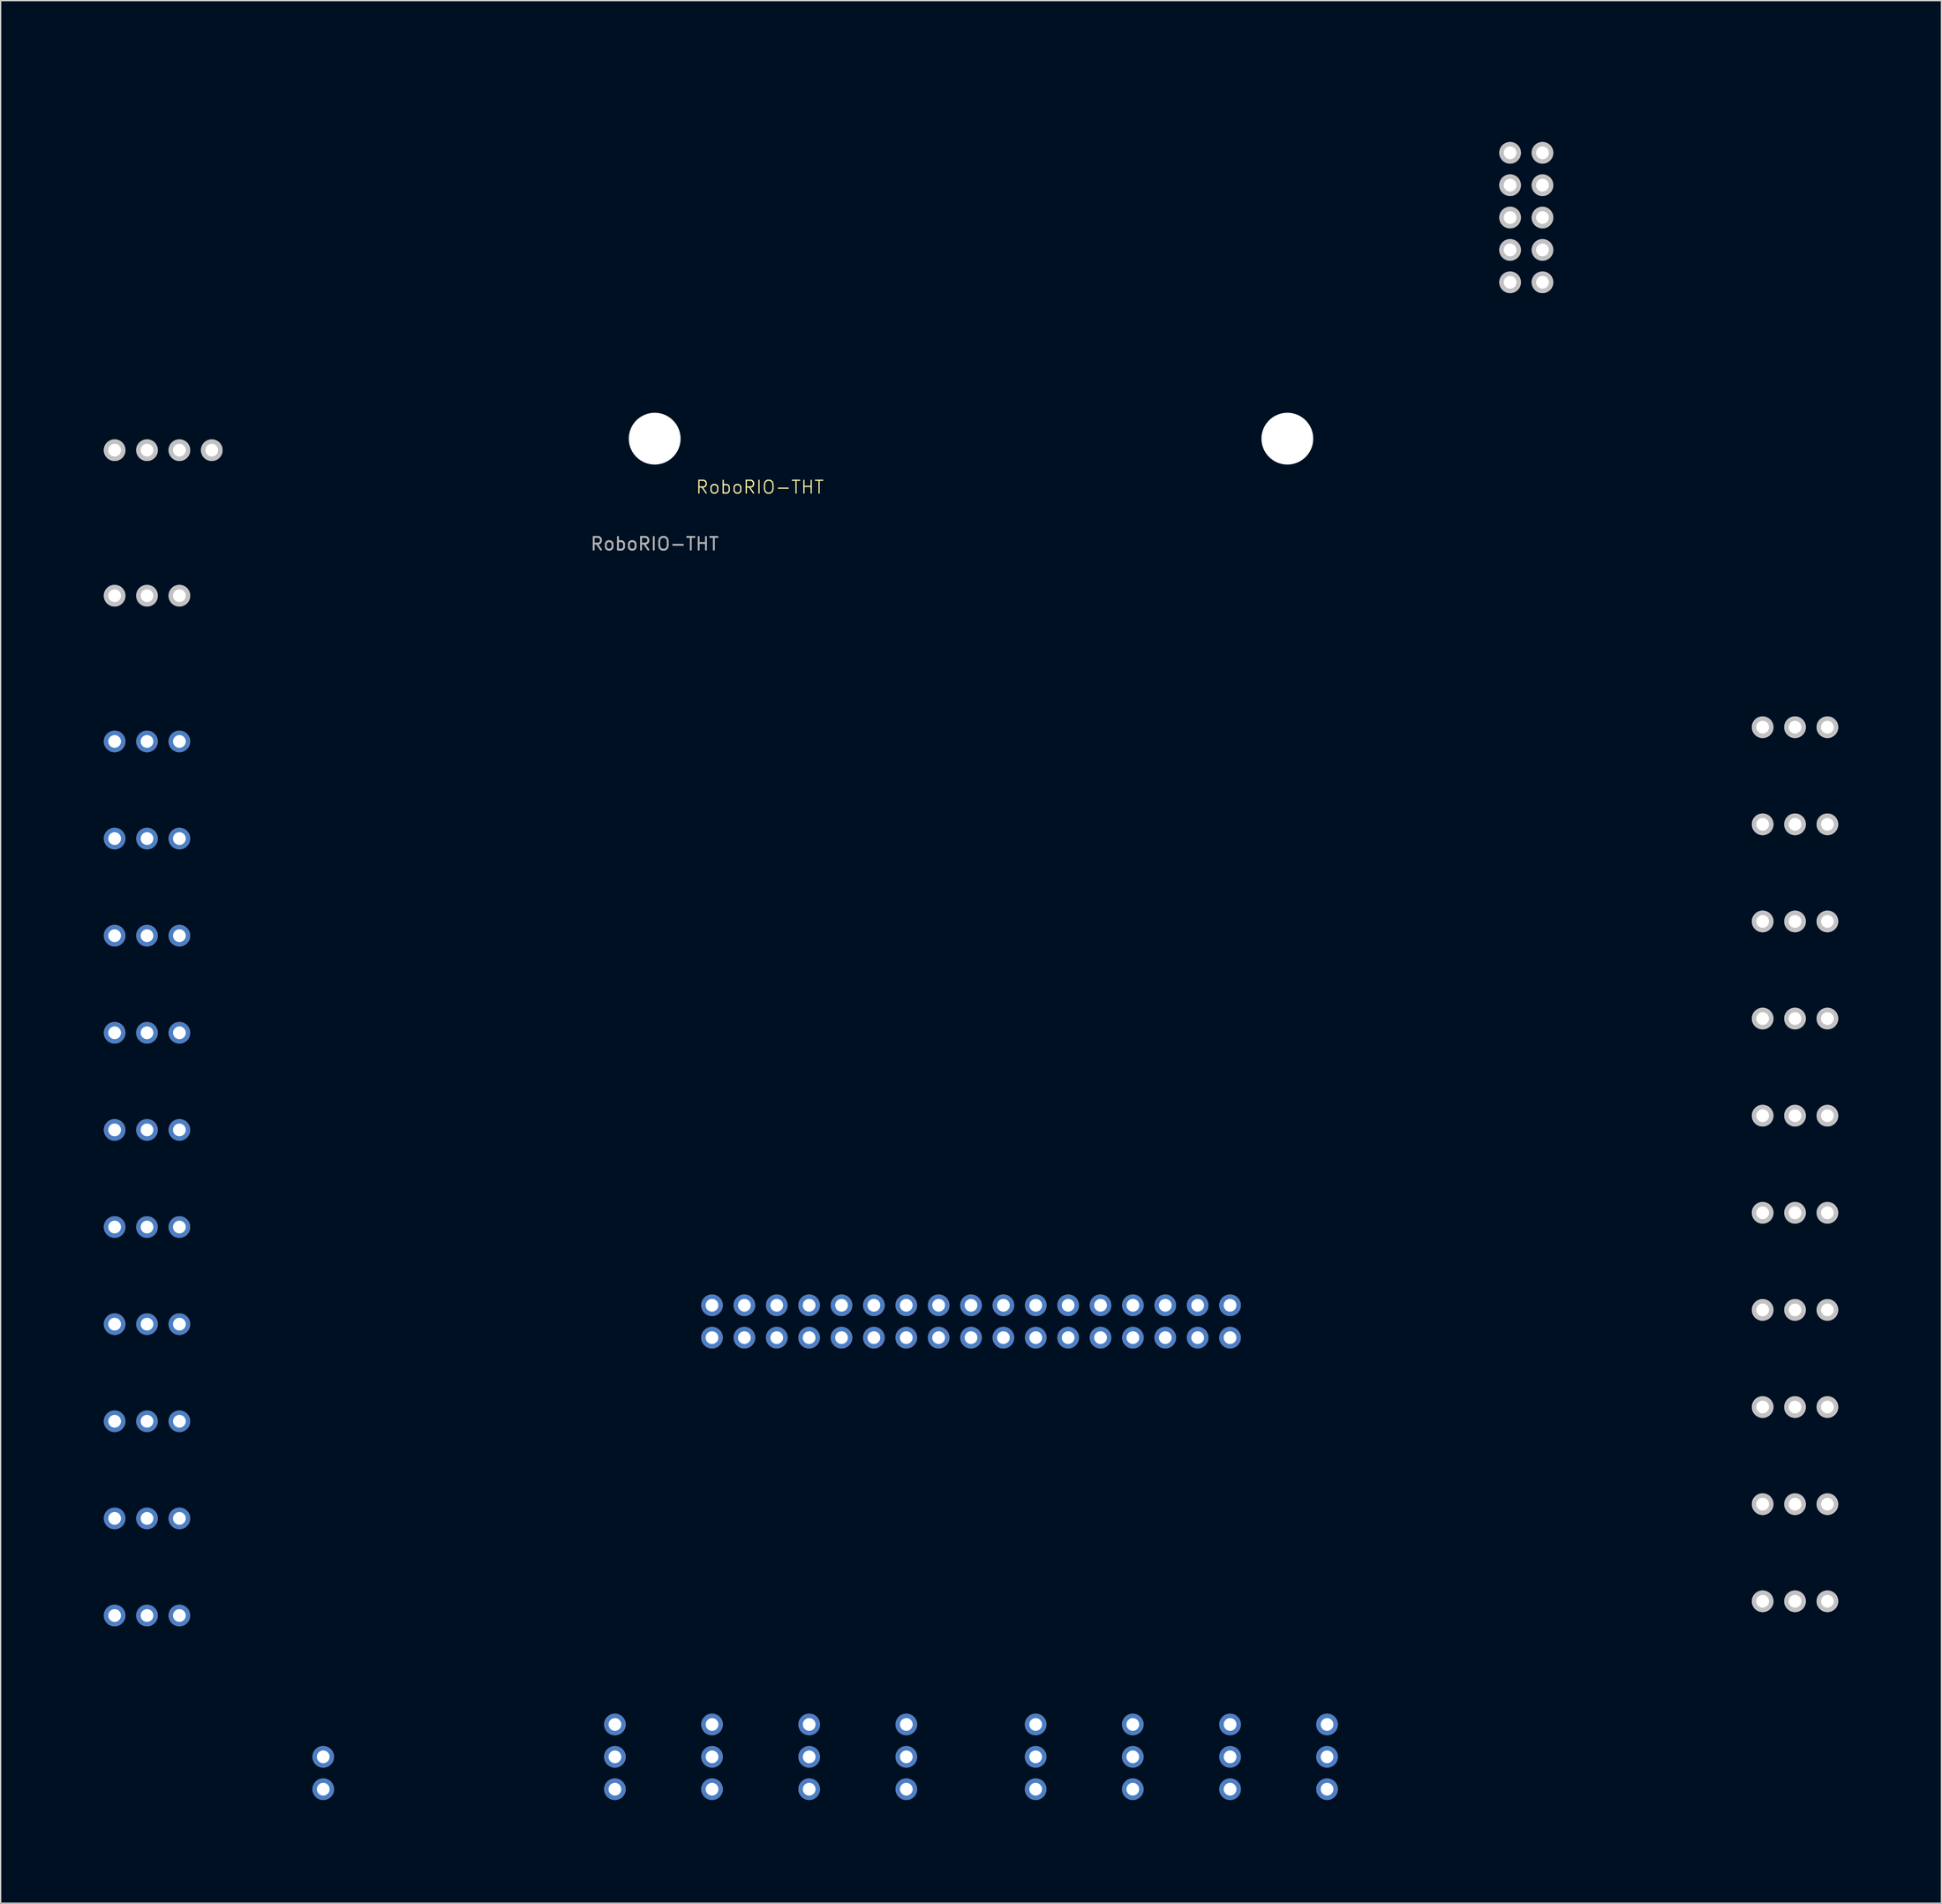
<source format=kicad_pcb>
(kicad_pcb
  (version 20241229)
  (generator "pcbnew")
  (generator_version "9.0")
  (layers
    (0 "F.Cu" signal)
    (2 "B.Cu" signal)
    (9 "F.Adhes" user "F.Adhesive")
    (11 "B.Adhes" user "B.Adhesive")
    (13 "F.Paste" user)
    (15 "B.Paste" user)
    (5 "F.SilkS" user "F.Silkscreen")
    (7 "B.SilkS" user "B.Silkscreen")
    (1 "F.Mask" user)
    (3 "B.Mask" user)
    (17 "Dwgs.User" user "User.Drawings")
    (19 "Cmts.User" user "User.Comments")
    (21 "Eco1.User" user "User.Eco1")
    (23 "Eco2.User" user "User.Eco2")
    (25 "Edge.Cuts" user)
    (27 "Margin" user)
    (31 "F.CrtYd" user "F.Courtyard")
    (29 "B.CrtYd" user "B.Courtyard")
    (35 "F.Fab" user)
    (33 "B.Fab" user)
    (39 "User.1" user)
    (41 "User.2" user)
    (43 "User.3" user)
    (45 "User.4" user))
  (footprint "RoboRIO-THT"
    (layer "F.Cu")
    (at 48.31 31.368)
    (property "Reference" "RoboRIO-THT" (at 8.255 3.81 0) (unlocked yes) (layer "F.SilkS") (effects (font (size 1 1) (thickness 0.1))))
    (attr through_hole allow_missing_courtyard)
    (fp_rect (start -48.26 -31.318) (end 97.892 111.862) (stroke (width 0.1) (type dot)) (fill no) (layer "User.9"))
    (fp_text user "${REFERENCE}" (at 0 8.255 0) (unlocked yes) (layer "F.Fab") (effects (font (size 1 1) (thickness 0.15))))
    (pad "" np_thru_hole circle (at 0 0) (size 4.064 4.064) (drill 4.064) (layers "*.Cu" "*.Mask"))
    (pad "" np_thru_hole circle (at 49.632 0) (size 4.064 4.064) (drill 4.064) (layers "*.Cu" "*.Mask"))
    (pad "1" thru_hole oval (at 45.136 67.996) (size 1.7 1.7) (drill 1) (layers "*.Cu" "*.Mask"))
    (pad "2" thru_hole oval (at 45.136 70.536) (size 1.7 1.7) (drill 1) (layers "*.Cu" "*.Mask"))
    (pad "3" thru_hole oval (at 42.596 67.996) (size 1.7 1.7) (drill 1) (layers "*.Cu" "*.Mask"))
    (pad "4" thru_hole oval (at 42.596 70.536) (size 1.7 1.7) (drill 1) (layers "*.Cu" "*.Mask"))
    (pad "5" thru_hole oval (at 40.056 67.996) (size 1.7 1.7) (drill 1) (layers "*.Cu" "*.Mask"))
    (pad "6" thru_hole oval (at 40.056 70.536) (size 1.7 1.7) (drill 1) (layers "*.Cu" "*.Mask"))
    (pad "7" thru_hole oval (at 37.516 67.996) (size 1.7 1.7) (drill 1) (layers "*.Cu" "*.Mask"))
    (pad "8" thru_hole oval (at 37.516 70.536) (size 1.7 1.7) (drill 1) (layers "*.Cu" "*.Mask"))
    (pad "9" thru_hole oval (at 34.976 67.996) (size 1.7 1.7) (drill 1) (layers "*.Cu" "*.Mask"))
    (pad "10" thru_hole oval (at 34.976 70.536) (size 1.7 1.7) (drill 1) (layers "*.Cu" "*.Mask"))
    (pad "11" thru_hole oval (at 32.436 67.996) (size 1.7 1.7) (drill 1) (layers "*.Cu" "*.Mask"))
    (pad "12" thru_hole oval (at 32.436 70.536) (size 1.7 1.7) (drill 1) (layers "*.Cu" "*.Mask"))
    (pad "13" thru_hole oval (at 29.896 67.996) (size 1.7 1.7) (drill 1) (layers "*.Cu" "*.Mask"))
    (pad "14" thru_hole oval (at 29.896 70.536) (size 1.7 1.7) (drill 1) (layers "*.Cu" "*.Mask"))
    (pad "15" thru_hole oval (at 27.356 67.996) (size 1.7 1.7) (drill 1) (layers "*.Cu" "*.Mask"))
    (pad "16" thru_hole oval (at 27.356 70.536) (size 1.7 1.7) (drill 1) (layers "*.Cu" "*.Mask"))
    (pad "17" thru_hole oval (at 24.816 67.996) (size 1.7 1.7) (drill 1) (layers "*.Cu" "*.Mask"))
    (pad "18" thru_hole oval (at 24.816 70.536) (size 1.7 1.7) (drill 1) (layers "*.Cu" "*.Mask"))
    (pad "19" thru_hole oval (at 22.276 67.996) (size 1.7 1.7) (drill 1) (layers "*.Cu" "*.Mask"))
    (pad "20" thru_hole oval (at 22.276 70.536) (size 1.7 1.7) (drill 1) (layers "*.Cu" "*.Mask"))
    (pad "21" thru_hole oval (at 19.736 67.996) (size 1.7 1.7) (drill 1) (layers "*.Cu" "*.Mask"))
    (pad "22" thru_hole oval (at 19.736 70.536) (size 1.7 1.7) (drill 1) (layers "*.Cu" "*.Mask"))
    (pad "23" thru_hole oval (at 17.196 67.996) (size 1.7 1.7) (drill 1) (layers "*.Cu" "*.Mask"))
    (pad "24" thru_hole oval (at 17.196 70.536) (size 1.7 1.7) (drill 1) (layers "*.Cu" "*.Mask"))
    (pad "25" thru_hole oval (at 14.656 67.996) (size 1.7 1.7) (drill 1) (layers "*.Cu" "*.Mask"))
    (pad "26" thru_hole oval (at 14.656 70.536) (size 1.7 1.7) (drill 1) (layers "*.Cu" "*.Mask"))
    (pad "27" thru_hole oval (at 12.116 67.996) (size 1.7 1.7) (drill 1) (layers "*.Cu" "*.Mask"))
    (pad "28" thru_hole oval (at 12.116 70.536) (size 1.7 1.7) (drill 1) (layers "*.Cu" "*.Mask"))
    (pad "29" thru_hole oval (at 9.576 67.996) (size 1.7 1.7) (drill 1) (layers "*.Cu" "*.Mask"))
    (pad "30" thru_hole oval (at 9.576 70.536) (size 1.7 1.7) (drill 1) (layers "*.Cu" "*.Mask"))
    (pad "31" thru_hole oval (at 7.036 67.996) (size 1.7 1.7) (drill 1) (layers "*.Cu" "*.Mask"))
    (pad "32" thru_hole oval (at 7.036 70.536) (size 1.7 1.7) (drill 1) (layers "*.Cu" "*.Mask"))
    (pad "33" thru_hole oval (at 4.496 67.996) (size 1.7 1.7) (drill 1) (layers "*.Cu" "*.Mask"))
    (pad "34" thru_hole oval (at 4.496 70.536) (size 1.7 1.7) (drill 1) (layers "*.Cu" "*.Mask"))
    (pad "35" thru_hole oval (at -42.367 23.757) (size 1.7 1.7) (drill 1) (layers "*.Cu" "*.Mask"))
    (pad "36" thru_hole oval (at -39.827 23.757) (size 1.7 1.7) (drill 1) (layers "*.Cu" "*.Mask"))
    (pad "37" thru_hole oval (at -37.287 23.757) (size 1.7 1.7) (drill 1) (layers "*.Cu" "*.Mask"))
    (pad "38" thru_hole oval (at -42.367 31.377) (size 1.7 1.7) (drill 1) (layers "*.Cu" "*.Mask"))
    (pad "39" thru_hole oval (at -39.827 31.377) (size 1.7 1.7) (drill 1) (layers "*.Cu" "*.Mask"))
    (pad "40" thru_hole oval (at -37.287 31.377) (size 1.7 1.7) (drill 1) (layers "*.Cu" "*.Mask"))
    (pad "41" thru_hole oval (at -42.367 38.997) (size 1.7 1.7) (drill 1) (layers "*.Cu" "*.Mask"))
    (pad "42" thru_hole oval (at -39.827 38.997) (size 1.7 1.7) (drill 1) (layers "*.Cu" "*.Mask"))
    (pad "43" thru_hole oval (at -37.287 38.997) (size 1.7 1.7) (drill 1) (layers "*.Cu" "*.Mask"))
    (pad "44" thru_hole oval (at -42.367 46.617) (size 1.7 1.7) (drill 1) (layers "*.Cu" "*.Mask"))
    (pad "45" thru_hole oval (at -39.827 46.617) (size 1.7 1.7) (drill 1) (layers "*.Cu" "*.Mask"))
    (pad "46" thru_hole oval (at -37.287 46.617) (size 1.7 1.7) (drill 1) (layers "*.Cu" "*.Mask"))
    (pad "47" thru_hole oval (at -42.367 54.237) (size 1.7 1.7) (drill 1) (layers "*.Cu" "*.Mask"))
    (pad "48" thru_hole oval (at -39.827 54.237) (size 1.7 1.7) (drill 1) (layers "*.Cu" "*.Mask"))
    (pad "49" thru_hole oval (at -37.287 54.237) (size 1.7 1.7) (drill 1) (layers "*.Cu" "*.Mask"))
    (pad "50" thru_hole oval (at -42.367 61.857) (size 1.7 1.7) (drill 1) (layers "*.Cu" "*.Mask"))
    (pad "51" thru_hole oval (at -39.827 61.857) (size 1.7 1.7) (drill 1) (layers "*.Cu" "*.Mask"))
    (pad "52" thru_hole oval (at -37.287 61.857) (size 1.7 1.7) (drill 1) (layers "*.Cu" "*.Mask"))
    (pad "53" thru_hole oval (at -42.367 69.477) (size 1.7 1.7) (drill 1) (layers "*.Cu" "*.Mask"))
    (pad "54" thru_hole oval (at -39.827 69.477) (size 1.7 1.7) (drill 1) (layers "*.Cu" "*.Mask"))
    (pad "55" thru_hole oval (at -37.287 69.477) (size 1.7 1.7) (drill 1) (layers "*.Cu" "*.Mask"))
    (pad "56" thru_hole oval (at -42.367 77.097) (size 1.7 1.7) (drill 1) (layers "*.Cu" "*.Mask"))
    (pad "57" thru_hole oval (at -39.827 77.097) (size 1.7 1.7) (drill 1) (layers "*.Cu" "*.Mask"))
    (pad "58" thru_hole oval (at -37.287 77.097) (size 1.7 1.7) (drill 1) (layers "*.Cu" "*.Mask"))
    (pad "59" thru_hole oval (at -42.367 84.717) (size 1.7 1.7) (drill 1) (layers "*.Cu" "*.Mask"))
    (pad "60" thru_hole oval (at -39.827 84.717) (size 1.7 1.7) (drill 1) (layers "*.Cu" "*.Mask"))
    (pad "61" thru_hole oval (at -37.287 84.717) (size 1.7 1.7) (drill 1) (layers "*.Cu" "*.Mask"))
    (pad "62" thru_hole oval (at -42.367 92.337) (size 1.7 1.7) (drill 1) (layers "*.Cu" "*.Mask"))
    (pad "63" thru_hole oval (at -39.827 92.337) (size 1.7 1.7) (drill 1) (layers "*.Cu" "*.Mask"))
    (pad "64" thru_hole oval (at -37.287 92.337) (size 1.7 1.7) (drill 1) (layers "*.Cu" "*.Mask"))
    (pad "65" thru_hole oval (at 91.999 22.64) (size 1.7 1.7) (drill 1) (layers "*.Cu" "*.Mask" "Dwgs.User"))
    (pad "66" thru_hole oval (at 89.459 22.64) (size 1.7 1.7) (drill 1) (layers "*.Cu" "*.Mask" "Dwgs.User"))
    (pad "67" thru_hole oval (at 86.919 22.64) (size 1.7 1.7) (drill 1) (layers "*.Cu" "*.Mask" "Dwgs.User"))
    (pad "68" thru_hole oval (at 91.999 30.26) (size 1.7 1.7) (drill 1) (layers "*.Cu" "*.Mask" "Dwgs.User"))
    (pad "69" thru_hole oval (at 89.459 30.26) (size 1.7 1.7) (drill 1) (layers "*.Cu" "*.Mask" "Dwgs.User"))
    (pad "70" thru_hole oval (at 86.919 30.26) (size 1.7 1.7) (drill 1) (layers "*.Cu" "*.Mask" "Dwgs.User"))
    (pad "71" thru_hole oval (at 91.999 37.88) (size 1.7 1.7) (drill 1) (layers "*.Cu" "*.Mask" "Dwgs.User"))
    (pad "72" thru_hole oval (at 89.459 37.88) (size 1.7 1.7) (drill 1) (layers "*.Cu" "*.Mask" "Dwgs.User"))
    (pad "73" thru_hole oval (at 86.919 37.88) (size 1.7 1.7) (drill 1) (layers "*.Cu" "*.Mask" "Dwgs.User"))
    (pad "74" thru_hole oval (at 91.999 45.5) (size 1.7 1.7) (drill 1) (layers "*.Cu" "*.Mask" "Dwgs.User"))
    (pad "75" thru_hole oval (at 89.459 45.5) (size 1.7 1.7) (drill 1) (layers "*.Cu" "*.Mask" "Dwgs.User"))
    (pad "76" thru_hole oval (at 86.919 45.5) (size 1.7 1.7) (drill 1) (layers "*.Cu" "*.Mask" "Dwgs.User"))
    (pad "77" thru_hole oval (at 91.999 53.12) (size 1.7 1.7) (drill 1) (layers "*.Cu" "*.Mask" "Dwgs.User"))
    (pad "78" thru_hole oval (at 89.459 53.12) (size 1.7 1.7) (drill 1) (layers "*.Cu" "*.Mask" "Dwgs.User"))
    (pad "79" thru_hole oval (at 86.919 53.12) (size 1.7 1.7) (drill 1) (layers "*.Cu" "*.Mask" "Dwgs.User"))
    (pad "80" thru_hole oval (at 91.999 60.74) (size 1.7 1.7) (drill 1) (layers "*.Cu" "*.Mask" "Dwgs.User"))
    (pad "81" thru_hole oval (at 89.459 60.74) (size 1.7 1.7) (drill 1) (layers "*.Cu" "*.Mask" "Dwgs.User"))
    (pad "82" thru_hole oval (at 86.919 60.74) (size 1.7 1.7) (drill 1) (layers "*.Cu" "*.Mask" "Dwgs.User"))
    (pad "83" thru_hole oval (at 91.999 68.36) (size 1.7 1.7) (drill 1) (layers "*.Cu" "*.Mask" "Dwgs.User"))
    (pad "84" thru_hole oval (at 89.459 68.36) (size 1.7 1.7) (drill 1) (layers "*.Cu" "*.Mask" "Dwgs.User"))
    (pad "85" thru_hole oval (at 86.919 68.36) (size 1.7 1.7) (drill 1) (layers "*.Cu" "*.Mask" "Dwgs.User"))
    (pad "86" thru_hole oval (at 91.999 75.98) (size 1.7 1.7) (drill 1) (layers "*.Cu" "*.Mask" "Dwgs.User"))
    (pad "87" thru_hole oval (at 89.459 75.98) (size 1.7 1.7) (drill 1) (layers "*.Cu" "*.Mask" "Dwgs.User"))
    (pad "88" thru_hole oval (at 86.919 75.98) (size 1.7 1.7) (drill 1) (layers "*.Cu" "*.Mask" "Dwgs.User"))
    (pad "89" thru_hole oval (at 91.999 83.6) (size 1.7 1.7) (drill 1) (layers "*.Cu" "*.Mask" "Dwgs.User"))
    (pad "90" thru_hole oval (at 89.459 83.6) (size 1.7 1.7) (drill 1) (layers "*.Cu" "*.Mask" "Dwgs.User"))
    (pad "91" thru_hole oval (at 86.919 83.6) (size 1.7 1.7) (drill 1) (layers "*.Cu" "*.Mask" "Dwgs.User"))
    (pad "92" thru_hole oval (at 91.999 91.22) (size 1.7 1.7) (drill 1) (layers "*.Cu" "*.Mask" "Dwgs.User"))
    (pad "93" thru_hole oval (at 89.459 91.22) (size 1.7 1.7) (drill 1) (layers "*.Cu" "*.Mask" "Dwgs.User"))
    (pad "94" thru_hole oval (at 86.919 91.22) (size 1.7 1.7) (drill 1) (layers "*.Cu" "*.Mask" "Dwgs.User"))
    (pad "95" thru_hole oval (at 29.887 105.966) (size 1.7 1.7) (drill 1) (layers "*.Cu" "*.Mask"))
    (pad "96" thru_hole oval (at 29.887 103.426) (size 1.7 1.7) (drill 1) (layers "*.Cu" "*.Mask"))
    (pad "97" thru_hole oval (at 29.887 100.886) (size 1.7 1.7) (drill 1) (layers "*.Cu" "*.Mask"))
    (pad "98" thru_hole oval (at 37.507 105.966) (size 1.7 1.7) (drill 1) (layers "*.Cu" "*.Mask"))
    (pad "99" thru_hole oval (at 37.507 103.426) (size 1.7 1.7) (drill 1) (layers "*.Cu" "*.Mask"))
    (pad "100" thru_hole oval (at 37.507 100.886) (size 1.7 1.7) (drill 1) (layers "*.Cu" "*.Mask"))
    (pad "101" thru_hole oval (at 45.14 105.966) (size 1.7 1.7) (drill 1) (layers "*.Cu" "*.Mask"))
    (pad "102" thru_hole oval (at 45.14 103.426) (size 1.7 1.7) (drill 1) (layers "*.Cu" "*.Mask"))
    (pad "103" thru_hole oval (at 45.14 100.886) (size 1.7 1.7) (drill 1) (layers "*.Cu" "*.Mask"))
    (pad "104" thru_hole oval (at 52.747 105.966) (size 1.7 1.7) (drill 1) (layers "*.Cu" "*.Mask"))
    (pad "105" thru_hole oval (at 52.747 103.426) (size 1.7 1.7) (drill 1) (layers "*.Cu" "*.Mask"))
    (pad "106" thru_hole oval (at 52.747 100.886) (size 1.7 1.7) (drill 1) (layers "*.Cu" "*.Mask"))
    (pad "107" thru_hole oval (at -3.12 105.966) (size 1.7 1.7) (drill 1) (layers "*.Cu" "*.Mask"))
    (pad "108" thru_hole oval (at -3.12 103.426) (size 1.7 1.7) (drill 1) (layers "*.Cu" "*.Mask"))
    (pad "109" thru_hole oval (at -3.12 100.886) (size 1.7 1.7) (drill 1) (layers "*.Cu" "*.Mask"))
    (pad "110" thru_hole oval (at 4.5 105.966) (size 1.7 1.7) (drill 1) (layers "*.Cu" "*.Mask"))
    (pad "111" thru_hole oval (at 4.5 103.426) (size 1.7 1.7) (drill 1) (layers "*.Cu" "*.Mask"))
    (pad "112" thru_hole oval (at 4.5 100.886) (size 1.7 1.7) (drill 1) (layers "*.Cu" "*.Mask"))
    (pad "113" thru_hole oval (at 12.12 105.966) (size 1.7 1.7) (drill 1) (layers "*.Cu" "*.Mask"))
    (pad "114" thru_hole oval (at 12.12 103.426) (size 1.7 1.7) (drill 1) (layers "*.Cu" "*.Mask"))
    (pad "115" thru_hole oval (at 12.12 100.886) (size 1.7 1.7) (drill 1) (layers "*.Cu" "*.Mask"))
    (pad "116" thru_hole oval (at 19.74 105.966) (size 1.7 1.7) (drill 1) (layers "*.Cu" "*.Mask"))
    (pad "117" thru_hole oval (at 19.74 103.426) (size 1.7 1.7) (drill 1) (layers "*.Cu" "*.Mask"))
    (pad "118" thru_hole oval (at 19.74 100.886) (size 1.7 1.7) (drill 1) (layers "*.Cu" "*.Mask"))
    (pad "119" thru_hole oval (at -42.367 12.322) (size 1.7 1.7) (drill 1) (layers "*.Cu" "*.Mask" "Dwgs.User"))
    (pad "120" thru_hole oval (at -39.827 12.322) (size 1.7 1.7) (drill 1) (layers "*.Cu" "*.Mask" "Dwgs.User"))
    (pad "121" thru_hole oval (at -37.287 12.322) (size 1.7 1.7) (drill 1) (layers "*.Cu" "*.Mask" "Dwgs.User"))
    (pad "122" thru_hole oval (at -42.367 0.903) (size 1.7 1.7) (drill 1) (layers "*.Cu" "*.Mask" "Dwgs.User"))
    (pad "123" thru_hole oval (at -39.827 0.903) (size 1.7 1.7) (drill 1) (layers "*.Cu" "*.Mask" "Dwgs.User"))
    (pad "124" thru_hole oval (at -37.287 0.903) (size 1.7 1.7) (drill 1) (layers "*.Cu" "*.Mask" "Dwgs.User"))
    (pad "125" thru_hole oval (at -34.747 0.903) (size 1.7 1.7) (drill 1) (layers "*.Cu" "*.Mask" "Dwgs.User"))
    (pad "126" thru_hole oval (at 67.107 -22.428) (size 1.7 1.7) (drill 1) (layers "*.Cu" "*.Mask" "Dwgs.User"))
    (pad "127" thru_hole oval (at 67.107 -19.888) (size 1.7 1.7) (drill 1) (layers "*.Cu" "*.Mask" "Dwgs.User"))
    (pad "128" thru_hole oval (at 67.107 -17.348) (size 1.7 1.7) (drill 1) (layers "*.Cu" "*.Mask" "Dwgs.User"))
    (pad "129" thru_hole oval (at 67.107 -14.808) (size 1.7 1.7) (drill 1) (layers "*.Cu" "*.Mask" "Dwgs.User"))
    (pad "130" thru_hole oval (at 67.107 -12.268) (size 1.7 1.7) (drill 1) (layers "*.Cu" "*.Mask" "Dwgs.User"))
    (pad "131" thru_hole oval (at 69.647 -22.428) (size 1.7 1.7) (drill 1) (layers "*.Cu" "*.Mask" "Dwgs.User"))
    (pad "132" thru_hole oval (at 69.647 -19.888) (size 1.7 1.7) (drill 1) (layers "*.Cu" "*.Mask" "Dwgs.User"))
    (pad "133" thru_hole oval (at 69.647 -17.348) (size 1.7 1.7) (drill 1) (layers "*.Cu" "*.Mask" "Dwgs.User"))
    (pad "134" thru_hole oval (at 69.647 -14.808) (size 1.7 1.7) (drill 1) (layers "*.Cu" "*.Mask" "Dwgs.User"))
    (pad "135" thru_hole oval (at 69.647 -12.268) (size 1.7 1.7) (drill 1) (layers "*.Cu" "*.Mask" "Dwgs.User"))
    (pad "136" thru_hole oval (at -26.002 103.426) (size 1.7 1.7) (drill 1) (layers "*.Cu" "*.Mask"))
    (pad "137" thru_hole oval (at -26.002 105.966) (size 1.7 1.7) (drill 1) (layers "*.Cu" "*.Mask"))
    (zone (net_name "") (layers "F.Cu" "F.Mask" "B.Cu" "B.Mask" "F.SilkS" "B.SilkS" "F.Adhes" "B.Adhes" "F.Paste" "B.Paste" "Edge.Cuts" "Margin" "B.CrtYd" "F.CrtYd") (name "Rio USB/ethernet port block") (hatch edge 0.5) (connect_pads) (min_thickness 0.25) (filled_areas_thickness no) (keepout (tracks not_allowed) (vias not_allowed) (pads not_allowed) (copperpour not_allowed) (footprints not_allowed)) (placement (enabled no)) (fill) (polygon (pts (xy 40.817 1.955) (xy 105.435 1.955) (xy 105.435 24.383) (xy 40.817 24.383))))
    (zone (net_name "") (layers "F.Cu" "F.Mask" "B.Cu" "B.Mask" "F.SilkS" "B.SilkS" "F.Adhes" "B.Adhes" "F.Paste" "B.Paste") (name "Rio buttons") (hatch edge 0.5) (connect_pads) (min_thickness 0.25) (filled_areas_thickness no) (keepout (tracks not_allowed) (vias not_allowed) (pads not_allowed) (copperpour not_allowed) (footprints not_allowed)) (placement (enabled no)) (fill) (polygon (pts (xy 113.181 130.021) (xy 136.041 130.021) (xy 136.041 143.229) (xy 113.181 143.229))))
    (zone (net_name "") (layers "F.Cu" "F.Mask" "B.Cu" "B.Mask" "F.SilkS" "B.SilkS" "F.Adhes" "B.Adhes" "F.Paste" "B.Paste") (name "Rio indicator lights") (hatch edge 0.5) (connect_pads) (min_thickness 0.25) (filled_areas_thickness no) (keepout (tracks not_allowed) (vias not_allowed) (pads not_allowed) (copperpour not_allowed) (footprints not_allowed)) (placement (enabled no)) (fill) (polygon (pts (xy 128.676 0.051) (xy 146.202 0.051) (xy 146.202 46.025) (xy 128.676 46.025))))
    (zone (net_name "") (layers "F.Cu" "F.Mask" "B.Cu" "B.Mask" "F.SilkS" "B.SilkS" "B.Adhes" "F.Paste" "B.Paste" "Edge.Cuts" "Margin" "B.CrtYd" "F.CrtYd") (name "Rio power/CAN ports") (hatch edge 0.5) (connect_pads) (min_thickness 0.25) (filled_areas_thickness no) (keepout (tracks not_allowed) (vias not_allowed) (pads not_allowed) (copperpour not_allowed) (footprints not_allowed)) (placement (enabled no)) (fill) (polygon (pts (xy 0.049 0.063) (xy 34.593 0.063) (xy 34.593 26.733) (xy 0.049 26.733)))))
  (gr_rect
    (start -3 -3)
    (end 149.252 146.28)
    (stroke (width 0.1) (type default))
    (fill no)
    (layer "Edge.Cuts")))
</source>
